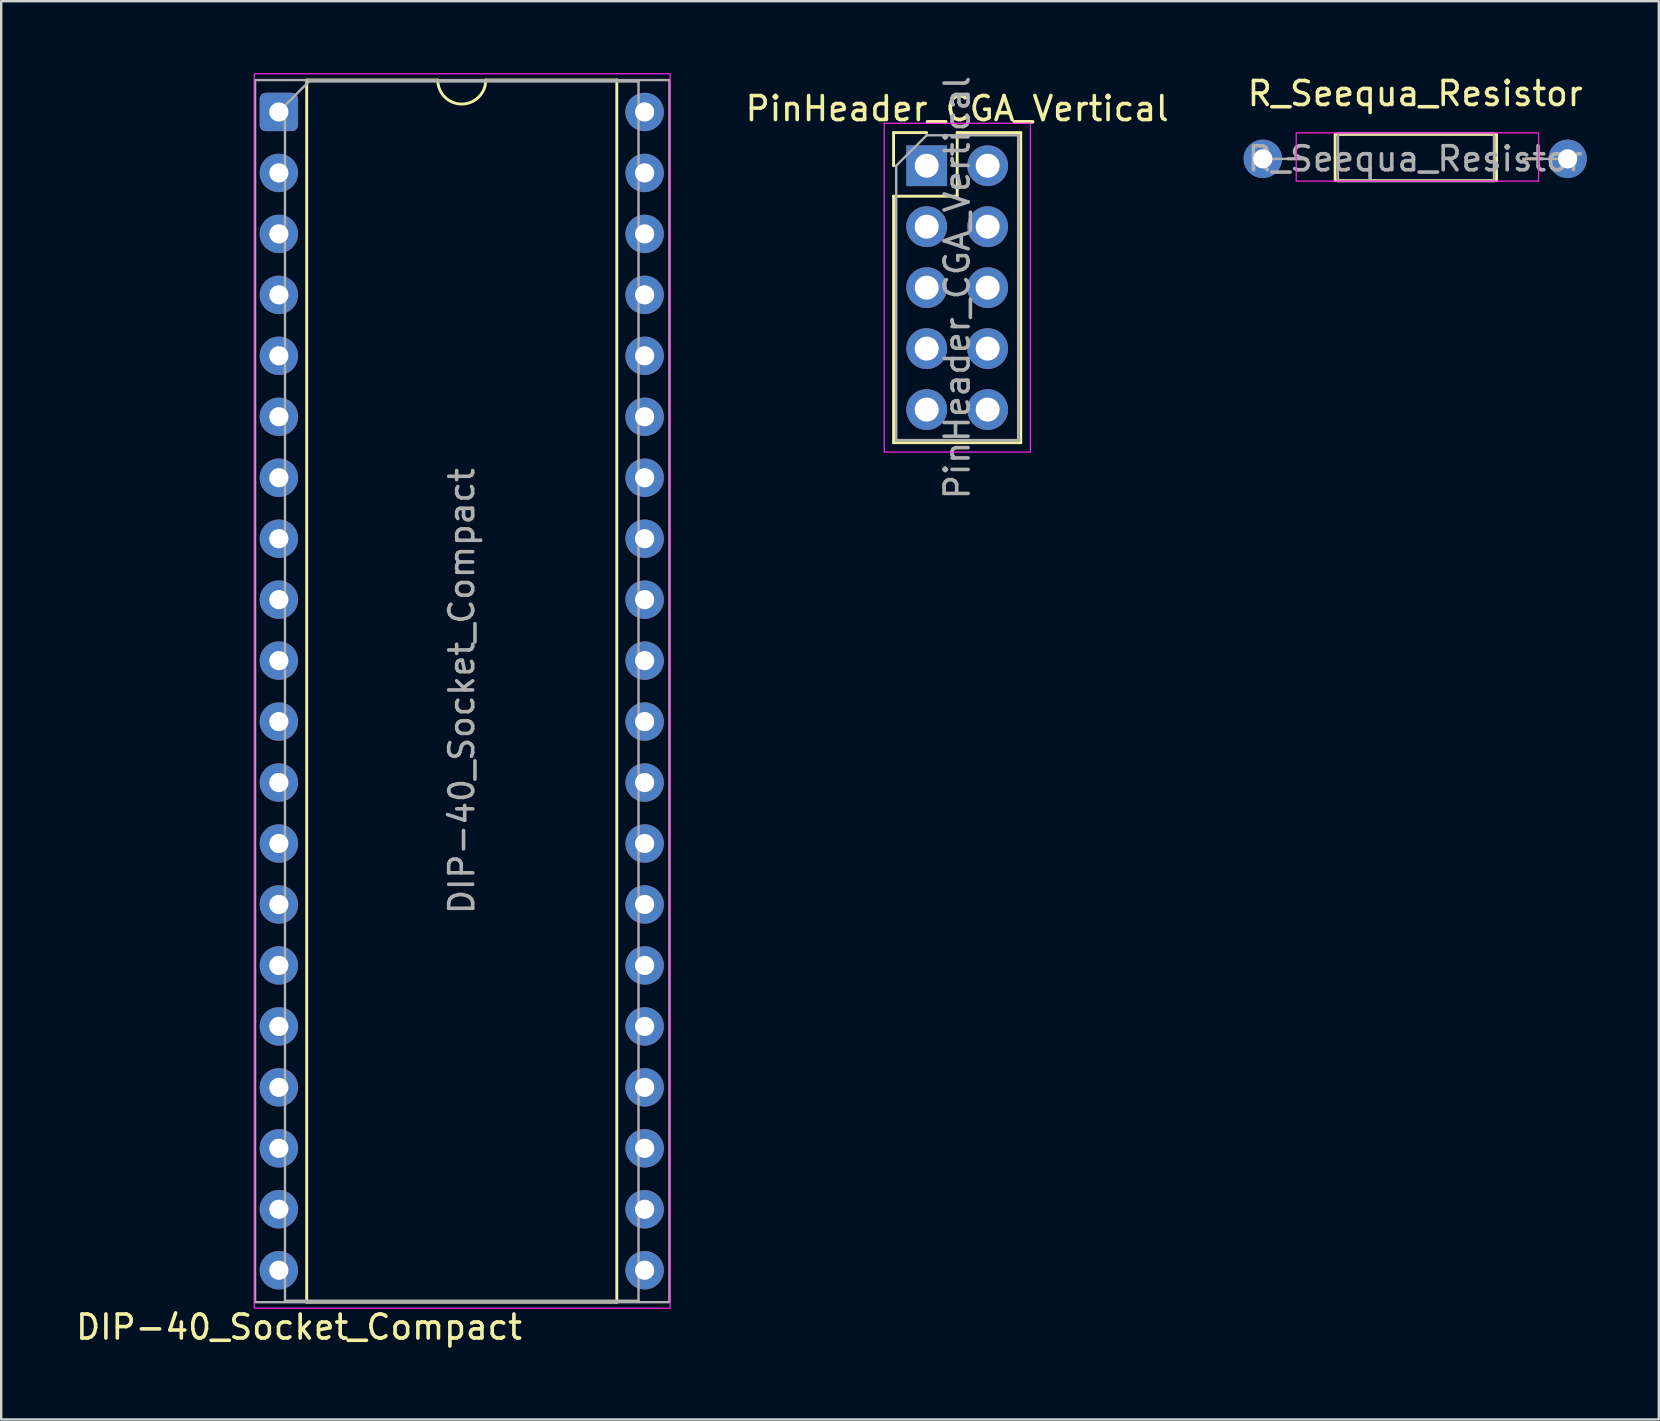
<source format=kicad_pcb>
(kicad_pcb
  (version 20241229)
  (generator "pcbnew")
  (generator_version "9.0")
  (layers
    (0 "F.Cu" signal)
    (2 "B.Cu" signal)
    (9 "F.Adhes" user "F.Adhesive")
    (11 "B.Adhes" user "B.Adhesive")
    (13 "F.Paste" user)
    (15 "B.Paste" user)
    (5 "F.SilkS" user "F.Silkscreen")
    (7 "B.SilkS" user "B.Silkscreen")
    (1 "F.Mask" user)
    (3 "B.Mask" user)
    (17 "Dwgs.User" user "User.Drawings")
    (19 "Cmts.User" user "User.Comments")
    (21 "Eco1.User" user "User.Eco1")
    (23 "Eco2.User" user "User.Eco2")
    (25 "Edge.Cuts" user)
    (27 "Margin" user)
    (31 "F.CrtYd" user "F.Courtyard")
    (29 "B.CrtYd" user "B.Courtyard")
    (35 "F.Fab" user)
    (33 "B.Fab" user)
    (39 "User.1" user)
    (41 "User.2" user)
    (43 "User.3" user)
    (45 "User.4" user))
  (footprint "DIP-40_Socket_Compact"
    (layer "F.Cu")
    (at 8.569 1.615)
    (property "Reference" "DIP-40_Socket_Compact" (at 0.841 50.628 0) (layer "F.SilkS") (effects (font (size 1 1) (thickness 0.15))))
    (attr through_hole)
    (fp_line (start 1.16 -1.33) (end 1.16 49.59) (stroke (width 0.12) (type solid)) (layer "F.SilkS"))
    (fp_line (start 1.16 49.59) (end 14.08 49.59) (stroke (width 0.12) (type solid)) (layer "F.SilkS"))
    (fp_line (start 6.62 -1.33) (end 1.16 -1.33) (stroke (width 0.12) (type solid)) (layer "F.SilkS"))
    (fp_line (start 14.08 -1.33) (end 8.62 -1.33) (stroke (width 0.12) (type solid)) (layer "F.SilkS"))
    (fp_line (start 14.08 49.59) (end 14.08 -1.33) (stroke (width 0.12) (type solid)) (layer "F.SilkS"))
    (fp_arc (start 8.62 -1.33) (mid 7.62 -0.33) (end 6.62 -1.33) (stroke (width 0.12) (type solid)) (layer "F.SilkS"))
    (fp_rect (start -1.025 -1.59) (end 16.302 49.84) (stroke (width 0.05) (type solid)) (fill no) (layer "F.CrtYd"))
    (fp_line (start 0.255 -0.27) (end 1.255 -1.27) (stroke (width 0.1) (type solid)) (layer "F.Fab"))
    (fp_line (start 0.255 49.53) (end 0.255 -0.27) (stroke (width 0.1) (type solid)) (layer "F.Fab"))
    (fp_line (start 1.255 -1.27) (end 14.985 -1.27) (stroke (width 0.1) (type solid)) (layer "F.Fab"))
    (fp_line (start 14.985 -1.27) (end 14.985 49.53) (stroke (width 0.1) (type solid)) (layer "F.Fab"))
    (fp_line (start 14.985 49.53) (end 0.255 49.53) (stroke (width 0.1) (type solid)) (layer "F.Fab"))
    (fp_rect (start -0.992 -1.33) (end 16.273 49.59) (stroke (width 0.1) (type solid)) (fill no) (layer "F.Fab"))
    (fp_text user "${REFERENCE}" (at 7.62 24.13 90) (layer "F.Fab") (effects (font (size 1 1) (thickness 0.15))))
    (pad "1" thru_hole roundrect (at 0 0) (size 1.6 1.6) (drill 0.8) (layers "*.Cu" "*.Mask") (roundrect_rratio 0.156))
    (pad "2" thru_hole circle (at 0 2.54) (size 1.6 1.6) (drill 0.8) (layers "*.Cu" "*.Mask"))
    (pad "3" thru_hole circle (at 0 5.08) (size 1.6 1.6) (drill 0.8) (layers "*.Cu" "*.Mask"))
    (pad "4" thru_hole circle (at 0 7.62) (size 1.6 1.6) (drill 0.8) (layers "*.Cu" "*.Mask"))
    (pad "5" thru_hole circle (at 0 10.16) (size 1.6 1.6) (drill 0.8) (layers "*.Cu" "*.Mask"))
    (pad "6" thru_hole circle (at 0 12.7) (size 1.6 1.6) (drill 0.8) (layers "*.Cu" "*.Mask"))
    (pad "7" thru_hole circle (at 0 15.24) (size 1.6 1.6) (drill 0.8) (layers "*.Cu" "*.Mask"))
    (pad "8" thru_hole circle (at 0 17.78) (size 1.6 1.6) (drill 0.8) (layers "*.Cu" "*.Mask"))
    (pad "9" thru_hole circle (at 0 20.32) (size 1.6 1.6) (drill 0.8) (layers "*.Cu" "*.Mask"))
    (pad "10" thru_hole circle (at 0 22.86) (size 1.6 1.6) (drill 0.8) (layers "*.Cu" "*.Mask"))
    (pad "11" thru_hole circle (at 0 25.4) (size 1.6 1.6) (drill 0.8) (layers "*.Cu" "*.Mask"))
    (pad "12" thru_hole circle (at 0 27.94) (size 1.6 1.6) (drill 0.8) (layers "*.Cu" "*.Mask"))
    (pad "13" thru_hole circle (at 0 30.48) (size 1.6 1.6) (drill 0.8) (layers "*.Cu" "*.Mask"))
    (pad "14" thru_hole circle (at 0 33.02) (size 1.6 1.6) (drill 0.8) (layers "*.Cu" "*.Mask"))
    (pad "15" thru_hole circle (at 0 35.56) (size 1.6 1.6) (drill 0.8) (layers "*.Cu" "*.Mask"))
    (pad "16" thru_hole circle (at 0 38.1) (size 1.6 1.6) (drill 0.8) (layers "*.Cu" "*.Mask"))
    (pad "17" thru_hole circle (at 0 40.64) (size 1.6 1.6) (drill 0.8) (layers "*.Cu" "*.Mask"))
    (pad "18" thru_hole circle (at 0 43.18) (size 1.6 1.6) (drill 0.8) (layers "*.Cu" "*.Mask"))
    (pad "19" thru_hole circle (at 0 45.72) (size 1.6 1.6) (drill 0.8) (layers "*.Cu" "*.Mask"))
    (pad "20" thru_hole circle (at 0 48.26) (size 1.6 1.6) (drill 0.8) (layers "*.Cu" "*.Mask"))
    (pad "21" thru_hole circle (at 15.24 48.26) (size 1.6 1.6) (drill 0.8) (layers "*.Cu" "*.Mask"))
    (pad "22" thru_hole circle (at 15.24 45.72) (size 1.6 1.6) (drill 0.8) (layers "*.Cu" "*.Mask"))
    (pad "23" thru_hole circle (at 15.24 43.18) (size 1.6 1.6) (drill 0.8) (layers "*.Cu" "*.Mask"))
    (pad "24" thru_hole circle (at 15.24 40.64) (size 1.6 1.6) (drill 0.8) (layers "*.Cu" "*.Mask"))
    (pad "25" thru_hole circle (at 15.24 38.1) (size 1.6 1.6) (drill 0.8) (layers "*.Cu" "*.Mask"))
    (pad "26" thru_hole circle (at 15.24 35.56) (size 1.6 1.6) (drill 0.8) (layers "*.Cu" "*.Mask"))
    (pad "27" thru_hole circle (at 15.24 33.02) (size 1.6 1.6) (drill 0.8) (layers "*.Cu" "*.Mask"))
    (pad "28" thru_hole circle (at 15.24 30.48) (size 1.6 1.6) (drill 0.8) (layers "*.Cu" "*.Mask"))
    (pad "29" thru_hole circle (at 15.24 27.94) (size 1.6 1.6) (drill 0.8) (layers "*.Cu" "*.Mask"))
    (pad "30" thru_hole circle (at 15.24 25.4) (size 1.6 1.6) (drill 0.8) (layers "*.Cu" "*.Mask"))
    (pad "31" thru_hole circle (at 15.24 22.86) (size 1.6 1.6) (drill 0.8) (layers "*.Cu" "*.Mask"))
    (pad "32" thru_hole circle (at 15.24 20.32) (size 1.6 1.6) (drill 0.8) (layers "*.Cu" "*.Mask"))
    (pad "33" thru_hole circle (at 15.24 17.78) (size 1.6 1.6) (drill 0.8) (layers "*.Cu" "*.Mask"))
    (pad "34" thru_hole circle (at 15.24 15.24) (size 1.6 1.6) (drill 0.8) (layers "*.Cu" "*.Mask"))
    (pad "35" thru_hole circle (at 15.24 12.7) (size 1.6 1.6) (drill 0.8) (layers "*.Cu" "*.Mask"))
    (pad "36" thru_hole circle (at 15.24 10.16) (size 1.6 1.6) (drill 0.8) (layers "*.Cu" "*.Mask"))
    (pad "37" thru_hole circle (at 15.24 7.62) (size 1.6 1.6) (drill 0.8) (layers "*.Cu" "*.Mask"))
    (pad "38" thru_hole circle (at 15.24 5.08) (size 1.6 1.6) (drill 0.8) (layers "*.Cu" "*.Mask"))
    (pad "39" thru_hole circle (at 15.24 2.54) (size 1.6 1.6) (drill 0.8) (layers "*.Cu" "*.Mask"))
    (pad "40" thru_hole circle (at 15.24 0) (size 1.6 1.6) (drill 0.8) (layers "*.Cu" "*.Mask")))
  (footprint "PinHeader_CGA_Vertical"
    (layer "F.Cu")
    (at 35.561 3.855)
    (property "Reference" "PinHeader_CGA_Vertical" (at 1.27 -2.38 0) (layer "F.SilkS") (effects (font (size 1 1) (thickness 0.15))))
    (attr through_hole)
    (fp_line (start -1.38 -1.38) (end 0 -1.38) (stroke (width 0.12) (type solid)) (layer "F.SilkS"))
    (fp_line (start -1.38 0) (end -1.38 -1.38) (stroke (width 0.12) (type solid)) (layer "F.SilkS"))
    (fp_line (start -1.38 1.27) (end -1.38 11.54) (stroke (width 0.12) (type solid)) (layer "F.SilkS"))
    (fp_line (start -1.38 1.27) (end 1.27 1.27) (stroke (width 0.12) (type solid)) (layer "F.SilkS"))
    (fp_line (start -1.38 11.54) (end 3.92 11.54) (stroke (width 0.12) (type solid)) (layer "F.SilkS"))
    (fp_line (start 1.27 -1.38) (end 3.92 -1.38) (stroke (width 0.12) (type solid)) (layer "F.SilkS"))
    (fp_line (start 1.27 1.27) (end 1.27 -1.38) (stroke (width 0.12) (type solid)) (layer "F.SilkS"))
    (fp_line (start 3.92 -1.38) (end 3.92 11.54) (stroke (width 0.12) (type solid)) (layer "F.SilkS"))
    (fp_line (start -1.77 -1.77) (end -1.77 11.93) (stroke (width 0.05) (type solid)) (layer "F.CrtYd"))
    (fp_line (start -1.77 11.93) (end 4.32 11.93) (stroke (width 0.05) (type solid)) (layer "F.CrtYd"))
    (fp_line (start 4.32 -1.77) (end -1.77 -1.77) (stroke (width 0.05) (type solid)) (layer "F.CrtYd"))
    (fp_line (start 4.32 11.93) (end 4.32 -1.77) (stroke (width 0.05) (type solid)) (layer "F.CrtYd"))
    (fp_line (start -1.27 0) (end 0 -1.27) (stroke (width 0.1) (type solid)) (layer "F.Fab"))
    (fp_line (start -1.27 11.43) (end -1.27 0) (stroke (width 0.1) (type solid)) (layer "F.Fab"))
    (fp_line (start 0 -1.27) (end 3.81 -1.27) (stroke (width 0.1) (type solid)) (layer "F.Fab"))
    (fp_line (start 3.81 -1.27) (end 3.81 11.43) (stroke (width 0.1) (type solid)) (layer "F.Fab"))
    (fp_line (start 3.81 11.43) (end -1.27 11.43) (stroke (width 0.1) (type solid)) (layer "F.Fab"))
    (fp_text user "${REFERENCE}" (at 1.27 5.08 90) (layer "F.Fab") (effects (font (size 1 1) (thickness 0.15))))
    (pad "1" thru_hole rect (at 0 0) (size 1.7 1.7) (drill 1) (layers "*.Cu" "*.Mask"))
    (pad "2" thru_hole circle (at 0 2.54) (size 1.7 1.7) (drill 1) (layers "*.Cu" "*.Mask"))
    (pad "3" thru_hole circle (at 0 5.08) (size 1.7 1.7) (drill 1) (layers "*.Cu" "*.Mask"))
    (pad "4" thru_hole circle (at 0 7.62) (size 1.7 1.7) (drill 1) (layers "*.Cu" "*.Mask"))
    (pad "5" thru_hole circle (at 0 10.16) (size 1.7 1.7) (drill 1) (layers "*.Cu" "*.Mask"))
    (pad "6" thru_hole circle (at 2.54 0) (size 1.7 1.7) (drill 1) (layers "*.Cu" "*.Mask"))
    (pad "7" thru_hole circle (at 2.54 2.54) (size 1.7 1.7) (drill 1) (layers "*.Cu" "*.Mask"))
    (pad "8" thru_hole circle (at 2.54 5.08) (size 1.7 1.7) (drill 1) (layers "*.Cu" "*.Mask"))
    (pad "9" thru_hole circle (at 2.54 7.62) (size 1.7 1.7) (drill 1) (layers "*.Cu" "*.Mask"))
    (pad "10" thru_hole circle (at 2.54 10.16) (size 1.7 1.7) (drill 1) (layers "*.Cu" "*.Mask")))
  (footprint "R_Seequa_Resistor"
    (layer "F.Cu")
    (at 49.565 3.568)
    (property "Reference" "R_Seequa_Resistor" (at 6.35 -2.72 0) (layer "F.SilkS") (effects (font (size 1 1) (thickness 0.15))))
    (attr through_hole)
    (fp_line (start 1.04 0) (end 1.73 0) (stroke (width 0.12) (type solid)) (layer "F.SilkS"))
    (fp_line (start 11.66 0) (end 10.97 0) (stroke (width 0.12) (type solid)) (layer "F.SilkS"))
    (fp_rect (start 3.014 -1.016) (end 9.739 0.908) (stroke (width 0.12) (type solid)) (fill no) (layer "F.SilkS"))
    (fp_rect (start 1.392 -1.081) (end 11.491 0.93) (stroke (width 0.05) (type solid)) (fill no) (layer "F.CrtYd"))
    (fp_line (start 0 0) (end 1.85 0) (stroke (width 0.1) (type solid)) (layer "F.Fab"))
    (fp_line (start 12.7 0) (end 10.85 0) (stroke (width 0.1) (type solid)) (layer "F.Fab"))
    (fp_rect (start 3.131 -1.07) (end 9.631 0.93) (stroke (width 0.1) (type solid)) (fill no) (layer "F.Fab"))
    (fp_text user "${REFERENCE}" (at 6.35 0 0) (layer "F.Fab") (effects (font (size 1 1) (thickness 0.15))))
    (pad "1" thru_hole circle (at 0 0) (size 1.6 1.6) (drill 0.8) (layers "*.Cu" "*.Mask"))
    (pad "2" thru_hole circle (at 12.7 0) (size 1.6 1.6) (drill 0.8) (layers "*.Cu" "*.Mask")))
  (gr_rect
    (start -3 -3)
    (end 66.065 56.092)
    (stroke (width 0.1) (type default))
    (fill no)
    (layer "Edge.Cuts")))
</source>
